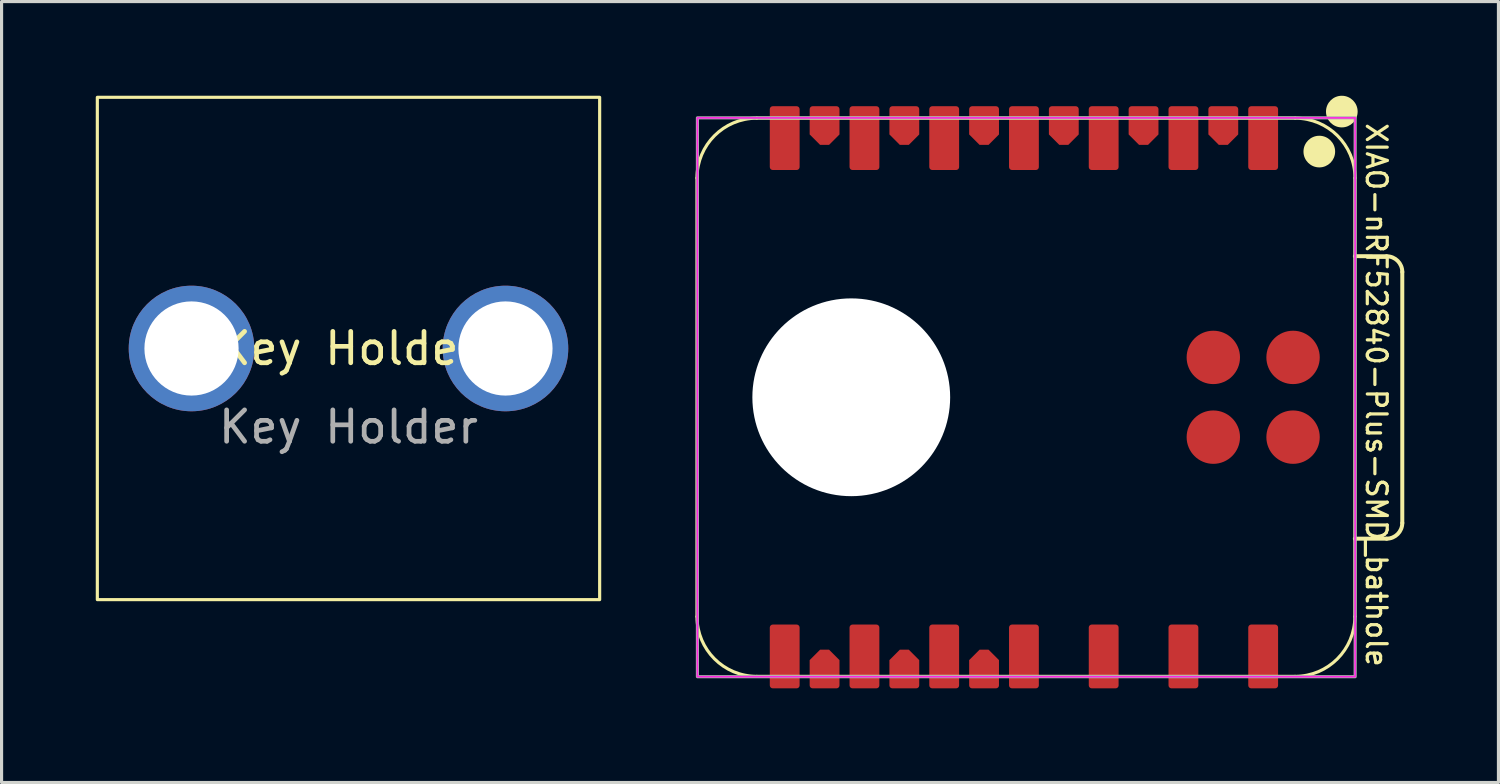
<source format=kicad_pcb>
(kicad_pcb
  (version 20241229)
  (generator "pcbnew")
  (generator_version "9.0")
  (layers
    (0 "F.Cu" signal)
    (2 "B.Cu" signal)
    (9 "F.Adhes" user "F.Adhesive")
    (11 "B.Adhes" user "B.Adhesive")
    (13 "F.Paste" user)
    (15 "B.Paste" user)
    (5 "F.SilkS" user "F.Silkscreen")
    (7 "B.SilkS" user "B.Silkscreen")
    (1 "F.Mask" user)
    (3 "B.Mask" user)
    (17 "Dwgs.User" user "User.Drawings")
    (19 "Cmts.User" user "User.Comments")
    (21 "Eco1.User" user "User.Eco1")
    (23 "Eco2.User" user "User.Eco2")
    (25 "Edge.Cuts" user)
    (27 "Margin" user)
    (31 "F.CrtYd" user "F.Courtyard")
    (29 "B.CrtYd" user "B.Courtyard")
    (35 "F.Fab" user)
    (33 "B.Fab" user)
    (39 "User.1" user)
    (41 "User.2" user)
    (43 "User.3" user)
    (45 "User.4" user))
  (footprint "XIAO-nRF52840-Plus-SMD_bathole"
    (layer "F.Cu")
    (at 29.564 9.604)
    (property "Reference" "XIAO-nRF52840-Plus-SMD_bathole" (at 11.225 -0.075 270) (unlocked yes) (layer "F.SilkS") (effects (font (size 0.635 0.635) (thickness 0.102))))
    (attr smd)
    (fp_line (start -10.414 -6.985) (end -10.414 6.985) (stroke (width 0.1) (type solid)) (layer "F.SilkS"))
    (fp_line (start -8.509 -8.89) (end 8.636 -8.89) (stroke (width 0.1) (type solid)) (layer "F.SilkS"))
    (fp_line (start -8.509 8.89) (end 8.636 8.89) (stroke (width 0.1) (type solid)) (layer "F.SilkS"))
    (fp_line (start 10.541 -4.495) (end 11.551 -4.491) (stroke (width 0.127) (type solid)) (layer "F.SilkS"))
    (fp_line (start 10.541 6.985) (end 10.541 -6.985) (stroke (width 0.1) (type solid)) (layer "F.SilkS"))
    (fp_line (start 11.551 4.504) (end 10.541 4.504) (stroke (width 0.127) (type solid)) (layer "F.SilkS"))
    (fp_line (start 12.051 -3.991) (end 12.051 4.004) (stroke (width 0.127) (type solid)) (layer "F.SilkS"))
    (fp_arc (start -10.414 -6.985) (mid -9.856038 -8.332038) (end -8.509 -8.89) (stroke (width 0.1) (type solid)) (layer "F.SilkS"))
    (fp_arc (start -8.509 8.89) (mid -9.856038 8.332038) (end -10.414 6.985) (stroke (width 0.1) (type solid)) (layer "F.SilkS"))
    (fp_arc (start 8.64 -8.89) (mid 9.987038 -8.332038) (end 10.545 -6.985) (stroke (width 0.1) (type solid)) (layer "F.SilkS"))
    (fp_arc (start 10.541 6.985) (mid 9.983024 8.332024) (end 8.636 8.89) (stroke (width 0.1) (type solid)) (layer "F.SilkS"))
    (fp_arc (start 11.551272 -4.491272) (mid 11.904644 -4.344724) (end 12.051 -3.991272) (stroke (width 0.127) (type default)) (layer "F.SilkS"))
    (fp_arc (start 12.051 4.004) (mid 11.904524 4.357524) (end 11.551 4.504) (stroke (width 0.127) (type default)) (layer "F.SilkS"))
    (fp_circle (center 9.408 -7.826) (end 9.662 -7.826) (stroke (width 0.5) (type solid)) (fill yes) (layer "F.SilkS"))
    (fp_circle (center 10.125 -9.1) (end 10.379 -9.1) (stroke (width 0.5) (type solid)) (fill yes) (layer "F.SilkS"))
    (fp_rect (start -10.4 -8.9) (end 10.55 8.9) (stroke (width 0.05) (type default)) (fill no) (layer "F.CrtYd"))
    (fp_rect (start -10.4 -8.9) (end 10.55 8.9) (stroke (width 0.1) (type default)) (fill no) (layer "F.Fab"))
    (fp_line (start -10.414 -6.985) (end -10.414 6.985) (stroke (width 0.025) (type solid)) (layer "User.1"))
    (fp_line (start -8.509 -8.89) (end 8.636 -8.89) (stroke (width 0.025) (type solid)) (layer "User.1"))
    (fp_line (start -8.509 8.89) (end 8.636 8.89) (stroke (width 0.025) (type solid)) (layer "User.1"))
    (fp_line (start 10.541 6.985) (end 10.541 -6.985) (stroke (width 0.025) (type solid)) (layer "User.1"))
    (fp_rect (start 5.715 -3.81) (end 12.065 3.81) (stroke (width 0.076) (type default)) (fill no) (layer "User.1"))
    (fp_arc (start -10.414 -6.985) (mid -9.856038 -8.332038) (end -8.509 -8.89) (stroke (width 0.0254) (type solid)) (layer "User.1"))
    (fp_arc (start -8.509 8.89) (mid -9.856038 8.332038) (end -10.414 6.985) (stroke (width 0.0254) (type solid)) (layer "User.1"))
    (fp_arc (start 8.636 -8.89) (mid 9.983038 -8.332038) (end 10.541 -6.985) (stroke (width 0.0254) (type solid)) (layer "User.1"))
    (fp_arc (start 10.541 6.985) (mid 9.983038 8.332038) (end 8.636 8.89) (stroke (width 0.0254) (type solid)) (layer "User.1"))
    (fp_circle (center -7.62 -8.89) (end -7.493 -8.89) (stroke (width 0.025) (type default)) (fill no) (layer "User.1"))
    (fp_circle (center -7.62 -7.62) (end -7.493 -7.62) (stroke (width 0.025) (type default)) (fill no) (layer "User.1"))
    (fp_circle (center -7.62 7.62) (end -7.493 7.62) (stroke (width 0.025) (type default)) (fill no) (layer "User.1"))
    (fp_circle (center -7.62 8.89) (end -7.493 8.89) (stroke (width 0.025) (type default)) (fill no) (layer "User.1"))
    (fp_circle (center -5.08 -8.89) (end -4.953 -8.89) (stroke (width 0.025) (type default)) (fill no) (layer "User.1"))
    (fp_circle (center -5.08 -7.62) (end -4.953 -7.62) (stroke (width 0.025) (type default)) (fill no) (layer "User.1"))
    (fp_circle (center -5.08 7.62) (end -4.953 7.62) (stroke (width 0.025) (type default)) (fill no) (layer "User.1"))
    (fp_circle (center -5.08 8.89) (end -4.953 8.89) (stroke (width 0.025) (type default)) (fill no) (layer "User.1"))
    (fp_circle (center -2.54 -8.89) (end -2.413 -8.89) (stroke (width 0.025) (type default)) (fill no) (layer "User.1"))
    (fp_circle (center -2.54 -7.62) (end -2.413 -7.62) (stroke (width 0.025) (type default)) (fill no) (layer "User.1"))
    (fp_circle (center -2.54 7.62) (end -2.413 7.62) (stroke (width 0.025) (type default)) (fill no) (layer "User.1"))
    (fp_circle (center -2.54 8.89) (end -2.413 8.89) (stroke (width 0.025) (type default)) (fill no) (layer "User.1"))
    (fp_circle (center 0 -8.89) (end 0.127 -8.89) (stroke (width 0.025) (type default)) (fill no) (layer "User.1"))
    (fp_circle (center 0 -7.62) (end 0.127 -7.62) (stroke (width 0.025) (type default)) (fill no) (layer "User.1"))
    (fp_circle (center 0 7.62) (end 0.127 7.62) (stroke (width 0.025) (type default)) (fill no) (layer "User.1"))
    (fp_circle (center 0 8.89) (end 0.127 8.89) (stroke (width 0.025) (type default)) (fill no) (layer "User.1"))
    (fp_circle (center 2.54 -8.89) (end 2.667 -8.89) (stroke (width 0.025) (type default)) (fill no) (layer "User.1"))
    (fp_circle (center 2.54 -7.62) (end 2.667 -7.62) (stroke (width 0.025) (type default)) (fill no) (layer "User.1"))
    (fp_circle (center 2.54 7.62) (end 2.667 7.62) (stroke (width 0.025) (type default)) (fill no) (layer "User.1"))
    (fp_circle (center 2.54 8.89) (end 2.667 8.89) (stroke (width 0.025) (type default)) (fill no) (layer "User.1"))
    (fp_circle (center 5.08 -8.89) (end 5.207 -8.89) (stroke (width 0.025) (type default)) (fill no) (layer "User.1"))
    (fp_circle (center 5.08 -7.62) (end 5.207 -7.62) (stroke (width 0.025) (type default)) (fill no) (layer "User.1"))
    (fp_circle (center 5.08 7.62) (end 5.207 7.62) (stroke (width 0.025) (type default)) (fill no) (layer "User.1"))
    (fp_circle (center 5.08 8.89) (end 5.207 8.89) (stroke (width 0.025) (type default)) (fill no) (layer "User.1"))
    (fp_circle (center 7.62 -8.89) (end 7.747 -8.89) (stroke (width 0.025) (type default)) (fill no) (layer "User.1"))
    (fp_circle (center 7.62 -7.62) (end 7.747 -7.62) (stroke (width 0.025) (type default)) (fill no) (layer "User.1"))
    (fp_circle (center 7.62 7.62) (end 7.747 7.62) (stroke (width 0.025) (type default)) (fill no) (layer "User.1"))
    (fp_circle (center 7.62 8.89) (end 7.747 8.89) (stroke (width 0.025) (type default)) (fill no) (layer "User.1"))
    (pad "" np_thru_hole circle (at -5.5 0) (size 6.3 6.3) (drill 6.3) (layers "*.Cu" "*.Mask"))
    (pad "1" smd roundrect (at 7.62 -8.255 90) (size 2.032 0.95) (layers "F.Cu" "F.Mask" "F.Paste") (roundrect_rratio 0.1))
    (pad "2" smd roundrect (at 5.08 -8.255 90) (size 2.032 0.95) (layers "F.Cu" "F.Mask" "F.Paste") (roundrect_rratio 0.1))
    (pad "3" smd roundrect (at 2.54 -8.255 90) (size 2.032 0.95) (layers "F.Cu" "F.Mask" "F.Paste") (roundrect_rratio 0.1))
    (pad "4" smd roundrect (at 0 -8.255 90) (size 2.032 0.95) (layers "F.Cu" "F.Mask" "F.Paste") (roundrect_rratio 0.1))
    (pad "5" smd roundrect (at -2.54 -8.255 90) (size 2.032 0.95) (layers "F.Cu" "F.Mask" "F.Paste") (roundrect_rratio 0.1))
    (pad "6" smd roundrect (at -5.08 -8.255 90) (size 2.032 0.95) (layers "F.Cu" "F.Mask" "F.Paste") (roundrect_rratio 0.1))
    (pad "7" smd roundrect (at -7.62 -8.255 90) (size 2.032 0.95) (layers "F.Cu" "F.Mask" "F.Paste") (roundrect_rratio 0.1))
    (pad "8" smd roundrect (at -7.62 8.255 270) (size 2.032 0.95) (layers "F.Cu" "F.Mask" "F.Paste") (roundrect_rratio 0.1))
    (pad "9" smd roundrect (at -5.08 8.255 270) (size 2.032 0.95) (layers "F.Cu" "F.Mask" "F.Paste") (roundrect_rratio 0.1))
    (pad "10" smd roundrect (at -2.54 8.255 270) (size 2.032 0.95) (layers "F.Cu" "F.Mask" "F.Paste") (roundrect_rratio 0.1))
    (pad "11" smd roundrect (at 0 8.255 270) (size 2.032 0.95) (layers "F.Cu" "F.Mask" "F.Paste") (roundrect_rratio 0.1))
    (pad "12" smd roundrect (at 2.54 8.255 270) (size 2.032 0.95) (layers "F.Cu" "F.Mask" "F.Paste") (roundrect_rratio 0.1))
    (pad "13" smd roundrect (at 5.08 8.255 270) (size 2.032 0.95) (layers "F.Cu" "F.Mask" "F.Paste") (roundrect_rratio 0.1))
    (pad "14" smd roundrect (at 7.62 8.255 270) (size 2.032 0.95) (layers "F.Cu" "F.Mask" "F.Paste") (roundrect_rratio 0.1))
    (pad "15" smd roundrect (at 6.35 -8.655 90) (size 1.232 0.95) (layers "F.Cu" "F.Mask" "F.Paste") (roundrect_rratio 0.1) (chamfer_ratio 0.35) (chamfer top_left bottom_left))
    (pad "16" smd roundrect (at 3.81 -8.655 90) (size 1.232 0.95) (layers "F.Cu" "F.Mask" "F.Paste") (roundrect_rratio 0.1) (chamfer_ratio 0.35) (chamfer top_left bottom_left))
    (pad "17" smd roundrect (at 1.27 -8.655 90) (size 1.232 0.95) (layers "F.Cu" "F.Mask" "F.Paste") (roundrect_rratio 0.1) (chamfer_ratio 0.35) (chamfer top_left bottom_left))
    (pad "18" smd roundrect (at -1.27 -8.655 90) (size 1.232 0.95) (layers "F.Cu" "F.Mask" "F.Paste") (roundrect_rratio 0.1) (chamfer_ratio 0.35) (chamfer top_left bottom_left))
    (pad "19" smd roundrect (at -3.81 -8.655 90) (size 1.232 0.95) (layers "F.Cu" "F.Mask" "F.Paste") (roundrect_rratio 0.1) (chamfer_ratio 0.35) (chamfer top_left bottom_left))
    (pad "20" smd roundrect (at -6.35 -8.655 90) (size 1.232 0.95) (layers "F.Cu" "F.Mask" "F.Paste") (roundrect_rratio 0.1) (chamfer_ratio 0.35) (chamfer top_left bottom_left))
    (pad "21" smd roundrect (at -6.35 8.655 270) (size 1.232 0.95) (layers "F.Cu" "F.Mask" "F.Paste") (roundrect_rratio 0.1) (chamfer_ratio 0.35) (chamfer top_left bottom_left))
    (pad "22" smd roundrect (at -3.81 8.655 270) (size 1.232 0.95) (layers "F.Cu" "F.Mask" "F.Paste") (roundrect_rratio 0.1) (chamfer_ratio 0.35) (chamfer top_left bottom_left))
    (pad "23" smd roundrect (at -1.27 8.655 270) (size 1.232 0.95) (layers "F.Cu" "F.Mask" "F.Paste") (roundrect_rratio 0.1) (chamfer_ratio 0.35) (chamfer top_left bottom_left))
    (pad "24" smd circle (at 8.572 -1.27 270) (size 1.7 1.7) (layers "F.Cu" "F.Mask" "F.Paste"))
    (pad "25" smd circle (at 8.572 1.27 270) (size 1.7 1.7) (layers "F.Cu" "F.Mask" "F.Paste"))
    (pad "26" smd circle (at 6.032 -1.27 270) (size 1.7 1.7) (layers "F.Cu" "F.Mask" "F.Paste"))
    (pad "27" smd circle (at 6.032 1.27 270) (size 1.7 1.7) (layers "F.Cu" "F.Mask" "F.Paste")))
  (footprint "Key Holder"
    (layer "F.Cu")
    (at 8.05 8.05)
    (property "Reference" "Key Holder" (at 0 0 0) (unlocked yes) (layer "F.SilkS") (effects (font (size 1 1) (thickness 0.15))))
    (attr through_hole)
    (fp_rect (start -8 -8) (end 8 8) (stroke (width 0.1) (type default)) (fill no) (layer "F.SilkS"))
    (fp_text user "${REFERENCE}" (at 0 2.5 0) (unlocked yes) (layer "F.Fab") (effects (font (size 1 1) (thickness 0.15))))
    (pad "1" thru_hole circle (at -5 0) (size 4 4) (drill 3) (layers "*.Cu" "*.Mask"))
    (pad "2" thru_hole circle (at 5 0) (size 4 4) (drill 3) (layers "*.Cu" "*.Mask")))
  (gr_rect
    (start -3 -3)
    (end 44.678 21.875)
    (stroke (width 0.1) (type default))
    (fill no)
    (layer "Edge.Cuts")))
</source>
